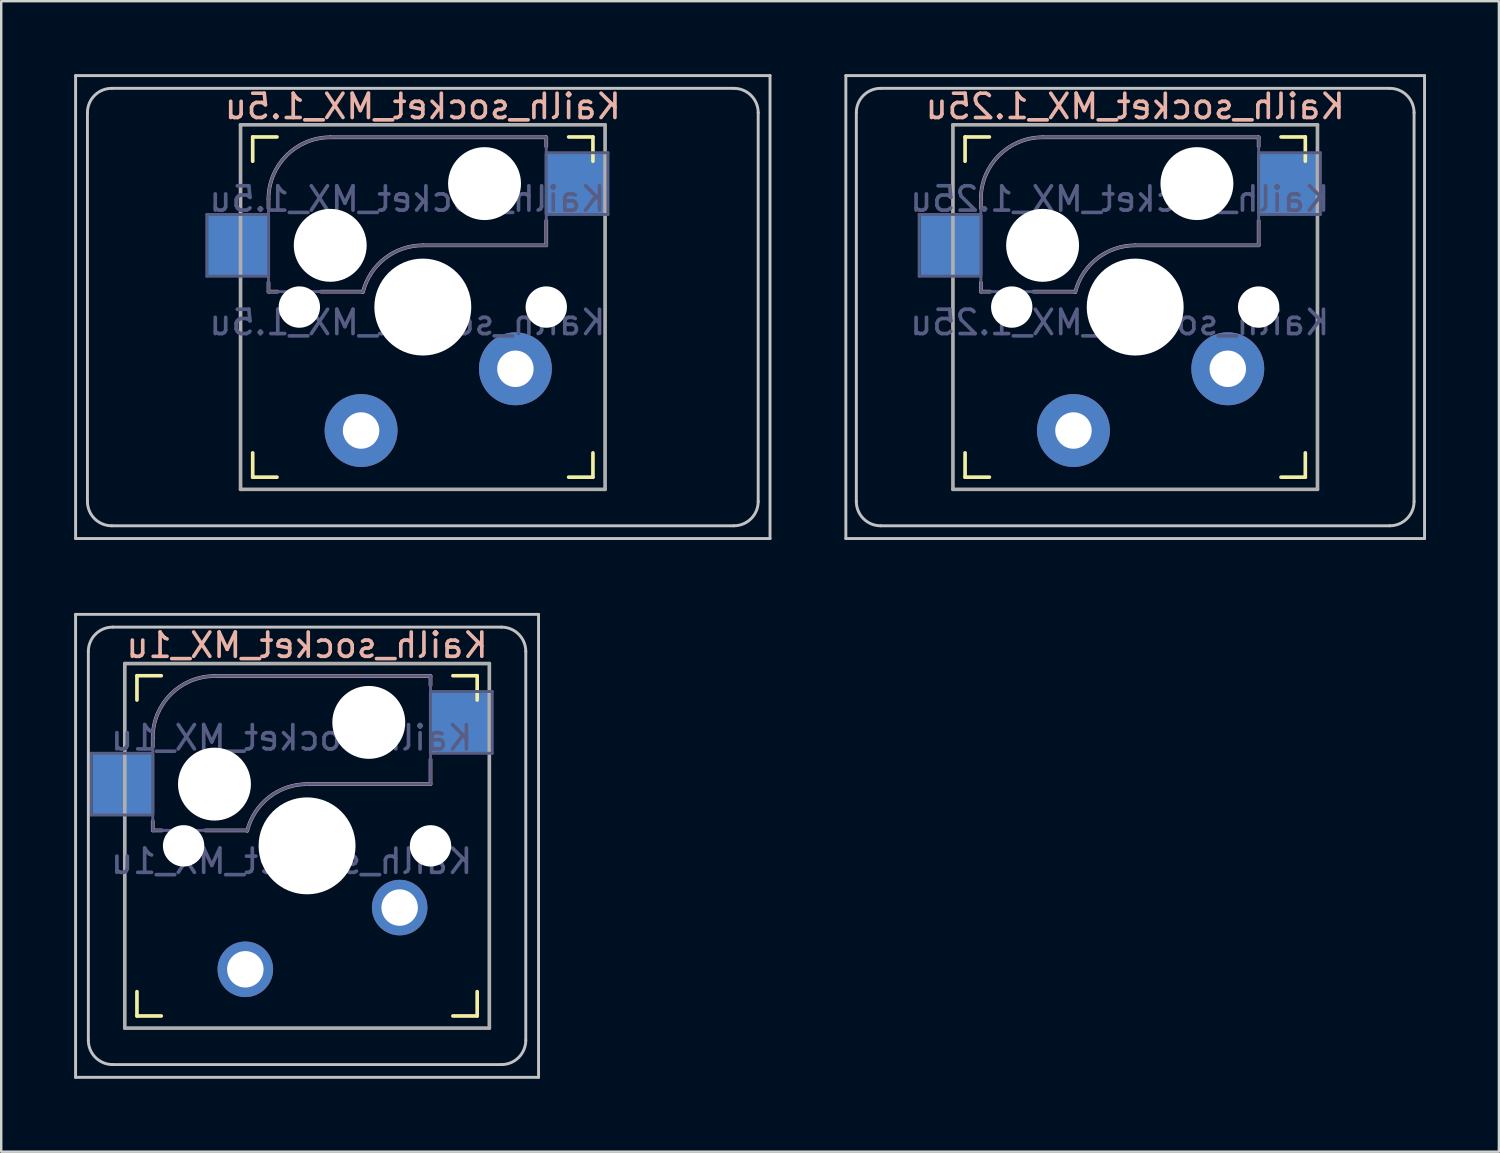
<source format=kicad_pcb>
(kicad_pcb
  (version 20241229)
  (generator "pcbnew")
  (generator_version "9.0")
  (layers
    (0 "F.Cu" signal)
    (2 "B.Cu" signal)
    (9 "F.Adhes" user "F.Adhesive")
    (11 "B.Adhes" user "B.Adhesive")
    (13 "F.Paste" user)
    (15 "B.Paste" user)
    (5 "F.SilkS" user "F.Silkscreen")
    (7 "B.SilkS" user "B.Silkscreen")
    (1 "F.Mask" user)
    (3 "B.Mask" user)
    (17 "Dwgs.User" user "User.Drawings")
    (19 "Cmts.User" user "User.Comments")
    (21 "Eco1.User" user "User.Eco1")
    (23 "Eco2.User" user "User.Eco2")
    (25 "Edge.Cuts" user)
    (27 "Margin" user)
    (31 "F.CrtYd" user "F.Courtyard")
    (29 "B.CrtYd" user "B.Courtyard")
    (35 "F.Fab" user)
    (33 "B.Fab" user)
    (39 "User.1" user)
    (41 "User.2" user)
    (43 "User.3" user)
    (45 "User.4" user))
  (footprint "Kailh_socket_MX_1.25u"
    (layer "F.Cu")
    (at 43.661 9.585)
    (property "Reference" "Kailh_socket_MX_1.25u" (at 0 -8.255 0) (layer "B.SilkS") (effects (font (size 1 1) (thickness 0.15)) (justify mirror)))
    (property "Value" "Kailh_socket_MX_1.25u" (at 0 8.255 0) (layer "F.Fab") (hide yes) (effects (font (size 1 1) (thickness 0.15))))
    (attr smd)
    (fp_line (start -7 -6) (end -7 -7) (stroke (width 0.15) (type solid)) (layer "F.SilkS"))
    (fp_line (start -7 7) (end -7 6) (stroke (width 0.15) (type solid)) (layer "F.SilkS"))
    (fp_line (start -7 7) (end -6 7) (stroke (width 0.15) (type solid)) (layer "F.SilkS"))
    (fp_line (start -6 -7) (end -7 -7) (stroke (width 0.15) (type solid)) (layer "F.SilkS"))
    (fp_line (start 6 7) (end 7 7) (stroke (width 0.15) (type solid)) (layer "F.SilkS"))
    (fp_line (start 7 -7) (end 6 -7) (stroke (width 0.15) (type solid)) (layer "F.SilkS"))
    (fp_line (start 7 -7) (end 7 -6) (stroke (width 0.15) (type solid)) (layer "F.SilkS"))
    (fp_line (start 7 6) (end 7 7) (stroke (width 0.15) (type solid)) (layer "F.SilkS"))
    (fp_line (start -6.35 -4.445) (end -6.35 -4.064) (stroke (width 0.15) (type solid)) (layer "B.SilkS"))
    (fp_line (start -6.35 -1.016) (end -6.35 -0.635) (stroke (width 0.15) (type solid)) (layer "B.SilkS"))
    (fp_line (start -5.969 -0.635) (end -6.35 -0.635) (stroke (width 0.15) (type solid)) (layer "B.SilkS"))
    (fp_line (start -3.81 -6.985) (end 5.08 -6.985) (stroke (width 0.15) (type solid)) (layer "B.SilkS"))
    (fp_line (start -2.464 -0.635) (end -4.191 -0.635) (stroke (width 0.15) (type solid)) (layer "B.SilkS"))
    (fp_line (start 5.08 -6.985) (end 5.08 -6.604) (stroke (width 0.15) (type solid)) (layer "B.SilkS"))
    (fp_line (start 5.08 -3.556) (end 5.08 -2.54) (stroke (width 0.15) (type solid)) (layer "B.SilkS"))
    (fp_line (start 5.08 -2.54) (end 0 -2.54) (stroke (width 0.15) (type solid)) (layer "B.SilkS"))
    (fp_arc (start -6.35 -4.445) (mid -5.606051 -6.241051) (end -3.81 -6.985) (stroke (width 0.15) (type solid)) (layer "B.SilkS"))
    (fp_arc (start -2.464162 -0.61604) (mid -1.563147 -2.002042) (end 0 -2.54) (stroke (width 0.15) (type solid)) (layer "B.SilkS"))
    (fp_line (start -11.906 -9.525) (end 11.906 -9.525) (stroke (width 0.12) (type solid)) (layer "Dwgs.User"))
    (fp_line (start -11.906 9.525) (end -11.906 -9.525) (stroke (width 0.12) (type solid)) (layer "Dwgs.User"))
    (fp_line (start -11.475 8) (end -11.475 -8) (stroke (width 0.12) (type solid)) (layer "Dwgs.User"))
    (fp_line (start -10.475 -9) (end 10.475 -9) (stroke (width 0.12) (type solid)) (layer "Dwgs.User"))
    (fp_line (start -10.475 9) (end 10.475 9) (stroke (width 0.12) (type solid)) (layer "Dwgs.User"))
    (fp_line (start 11.475 8) (end 11.475 -8) (stroke (width 0.12) (type solid)) (layer "Dwgs.User"))
    (fp_line (start 11.906 -9.525) (end 11.906 9.525) (stroke (width 0.12) (type solid)) (layer "Dwgs.User"))
    (fp_line (start 11.906 9.525) (end -11.906 9.525) (stroke (width 0.12) (type solid)) (layer "Dwgs.User"))
    (fp_arc (start -11.475 -8) (mid -11.182107 -8.707107) (end -10.475 -9) (stroke (width 0.12) (type solid)) (layer "Dwgs.User"))
    (fp_arc (start -10.475 9) (mid -11.182107 8.707107) (end -11.475 8) (stroke (width 0.12) (type solid)) (layer "Dwgs.User"))
    (fp_arc (start 10.475 -9) (mid 11.182107 -8.707107) (end 11.475 -8) (stroke (width 0.12) (type solid)) (layer "Dwgs.User"))
    (fp_arc (start 11.475 8) (mid 11.182107 8.707107) (end 10.475 9) (stroke (width 0.12) (type solid)) (layer "Dwgs.User"))
    (fp_line (start -6.9 6.9) (end -6.9 -6.9) (stroke (width 0.15) (type solid)) (layer "Eco2.User"))
    (fp_line (start -6.9 6.9) (end 6.9 6.9) (stroke (width 0.15) (type solid)) (layer "Eco2.User"))
    (fp_line (start 6.9 -6.9) (end -6.9 -6.9) (stroke (width 0.15) (type solid)) (layer "Eco2.User"))
    (fp_line (start 6.9 -6.9) (end 6.9 6.9) (stroke (width 0.15) (type solid)) (layer "Eco2.User"))
    (fp_line (start -8.89 -3.81) (end -6.35 -3.81) (stroke (width 0.12) (type solid)) (layer "B.Fab"))
    (fp_line (start -8.89 -1.27) (end -8.89 -3.81) (stroke (width 0.12) (type solid)) (layer "B.Fab"))
    (fp_line (start -6.35 -1.27) (end -8.89 -1.27) (stroke (width 0.12) (type solid)) (layer "B.Fab"))
    (fp_line (start -6.35 -0.635) (end -6.35 -4.445) (stroke (width 0.12) (type solid)) (layer "B.Fab"))
    (fp_line (start -6.35 -0.635) (end -2.54 -0.635) (stroke (width 0.12) (type solid)) (layer "B.Fab"))
    (fp_line (start -3.81 -6.985) (end 5.08 -6.985) (stroke (width 0.12) (type solid)) (layer "B.Fab"))
    (fp_line (start 5.08 -6.985) (end 5.08 -2.54) (stroke (width 0.12) (type solid)) (layer "B.Fab"))
    (fp_line (start 5.08 -6.35) (end 7.62 -6.35) (stroke (width 0.12) (type solid)) (layer "B.Fab"))
    (fp_line (start 5.08 -2.54) (end 0 -2.54) (stroke (width 0.12) (type solid)) (layer "B.Fab"))
    (fp_line (start 7.62 -6.35) (end 7.62 -3.81) (stroke (width 0.12) (type solid)) (layer "B.Fab"))
    (fp_line (start 7.62 -3.81) (end 5.08 -3.81) (stroke (width 0.12) (type solid)) (layer "B.Fab"))
    (fp_arc (start -6.35 -4.445) (mid -5.606051 -6.241051) (end -3.81 -6.985) (stroke (width 0.12) (type solid)) (layer "B.Fab"))
    (fp_arc (start -2.464162 -0.61604) (mid -1.563147 -2.002042) (end 0 -2.54) (stroke (width 0.12) (type solid)) (layer "B.Fab"))
    (fp_line (start -7.5 -7.5) (end 7.5 -7.5) (stroke (width 0.15) (type solid)) (layer "F.Fab"))
    (fp_line (start -7.5 7.5) (end -7.5 -7.5) (stroke (width 0.15) (type solid)) (layer "F.Fab"))
    (fp_line (start 7.5 -7.5) (end 7.5 7.5) (stroke (width 0.15) (type solid)) (layer "F.Fab"))
    (fp_line (start 7.5 7.5) (end -7.5 7.5) (stroke (width 0.15) (type solid)) (layer "F.Fab"))
    (fp_text user "${VALUE}" (at -0.635 0.635 0) (layer "B.Fab") (effects (font (size 1 1) (thickness 0.15)) (justify mirror)))
    (fp_text user "${REFERENCE}" (at -0.635 -4.445 0) (layer "B.Fab") (effects (font (size 1 1) (thickness 0.15)) (justify mirror)))
    (pad "" np_thru_hole circle (at -5.08 0) (size 1.702 1.702) (drill 1.702) (layers "*.Cu" "*.Mask"))
    (pad "" np_thru_hole circle (at -3.81 -2.54) (size 3 3) (drill 3) (layers "*.Cu" "*.Mask"))
    (pad "" np_thru_hole circle (at 0 0) (size 3.988 3.988) (drill 3.988) (layers "*.Cu" "*.Mask"))
    (pad "" np_thru_hole circle (at 2.54 -5.08) (size 3 3) (drill 3) (layers "*.Cu" "*.Mask"))
    (pad "" np_thru_hole circle (at 5.08 0) (size 1.702 1.702) (drill 1.702) (layers "*.Cu" "*.Mask"))
    (pad "1" thru_hole circle (at 3.81 2.54) (size 3 3) (drill 1.499) (layers "*.Cu" "*.Mask"))
    (pad "1" smd rect (at 6.29 -5.08) (size 2.55 2.5) (layers "B.Cu" "B.Mask" "B.Paste"))
    (pad "2" smd rect (at -7.56 -2.54) (size 2.55 2.5) (layers "B.Cu" "B.Mask" "B.Paste"))
    (pad "2" thru_hole circle (at -2.54 5.08) (size 3 3) (drill 1.499) (layers "*.Cu" "*.Mask")))
  (footprint "Kailh_socket_MX_1.5u"
    (layer "F.Cu")
    (at 14.348 9.585)
    (property "Reference" "Kailh_socket_MX_1.5u" (at 0 -8.255 0) (layer "B.SilkS") (effects (font (size 1 1) (thickness 0.15)) (justify mirror)))
    (property "Value" "Kailh_socket_MX_1.5u" (at 0 8.255 0) (layer "F.Fab") (hide yes) (effects (font (size 1 1) (thickness 0.15))))
    (attr smd)
    (fp_line (start -7 -6) (end -7 -7) (stroke (width 0.15) (type solid)) (layer "F.SilkS"))
    (fp_line (start -7 7) (end -7 6) (stroke (width 0.15) (type solid)) (layer "F.SilkS"))
    (fp_line (start -7 7) (end -6 7) (stroke (width 0.15) (type solid)) (layer "F.SilkS"))
    (fp_line (start -6 -7) (end -7 -7) (stroke (width 0.15) (type solid)) (layer "F.SilkS"))
    (fp_line (start 6 7) (end 7 7) (stroke (width 0.15) (type solid)) (layer "F.SilkS"))
    (fp_line (start 7 -7) (end 6 -7) (stroke (width 0.15) (type solid)) (layer "F.SilkS"))
    (fp_line (start 7 -7) (end 7 -6) (stroke (width 0.15) (type solid)) (layer "F.SilkS"))
    (fp_line (start 7 6) (end 7 7) (stroke (width 0.15) (type solid)) (layer "F.SilkS"))
    (fp_line (start -6.35 -4.445) (end -6.35 -4.064) (stroke (width 0.15) (type solid)) (layer "B.SilkS"))
    (fp_line (start -6.35 -1.016) (end -6.35 -0.635) (stroke (width 0.15) (type solid)) (layer "B.SilkS"))
    (fp_line (start -5.969 -0.635) (end -6.35 -0.635) (stroke (width 0.15) (type solid)) (layer "B.SilkS"))
    (fp_line (start -3.81 -6.985) (end 5.08 -6.985) (stroke (width 0.15) (type solid)) (layer "B.SilkS"))
    (fp_line (start -2.464 -0.635) (end -4.191 -0.635) (stroke (width 0.15) (type solid)) (layer "B.SilkS"))
    (fp_line (start 5.08 -6.985) (end 5.08 -6.604) (stroke (width 0.15) (type solid)) (layer "B.SilkS"))
    (fp_line (start 5.08 -3.556) (end 5.08 -2.54) (stroke (width 0.15) (type solid)) (layer "B.SilkS"))
    (fp_line (start 5.08 -2.54) (end 0 -2.54) (stroke (width 0.15) (type solid)) (layer "B.SilkS"))
    (fp_arc (start -6.35 -4.445) (mid -5.606051 -6.241051) (end -3.81 -6.985) (stroke (width 0.15) (type solid)) (layer "B.SilkS"))
    (fp_arc (start -2.464162 -0.61604) (mid -1.563147 -2.002042) (end 0 -2.54) (stroke (width 0.15) (type solid)) (layer "B.SilkS"))
    (fp_line (start -14.287 -9.525) (end 14.287 -9.525) (stroke (width 0.12) (type solid)) (layer "Dwgs.User"))
    (fp_line (start -14.287 9.525) (end -14.287 -9.525) (stroke (width 0.12) (type solid)) (layer "Dwgs.User"))
    (fp_line (start -13.8 8) (end -13.8 -8) (stroke (width 0.12) (type solid)) (layer "Dwgs.User"))
    (fp_line (start -12.8 -9) (end 12.8 -9) (stroke (width 0.12) (type solid)) (layer "Dwgs.User"))
    (fp_line (start -12.8 9) (end 12.8 9) (stroke (width 0.12) (type solid)) (layer "Dwgs.User"))
    (fp_line (start 13.8 8) (end 13.8 -8) (stroke (width 0.12) (type solid)) (layer "Dwgs.User"))
    (fp_line (start 14.287 -9.525) (end 14.287 9.525) (stroke (width 0.12) (type solid)) (layer "Dwgs.User"))
    (fp_line (start 14.287 9.525) (end -14.287 9.525) (stroke (width 0.12) (type solid)) (layer "Dwgs.User"))
    (fp_arc (start -13.8 -8) (mid -13.507107 -8.707107) (end -12.8 -9) (stroke (width 0.12) (type solid)) (layer "Dwgs.User"))
    (fp_arc (start -12.8 9) (mid -13.507107 8.707107) (end -13.8 8) (stroke (width 0.12) (type solid)) (layer "Dwgs.User"))
    (fp_arc (start 12.8 -9) (mid 13.507107 -8.707107) (end 13.8 -8) (stroke (width 0.12) (type solid)) (layer "Dwgs.User"))
    (fp_arc (start 13.8 8) (mid 13.507107 8.707107) (end 12.8 9) (stroke (width 0.12) (type solid)) (layer "Dwgs.User"))
    (fp_line (start -6.9 6.9) (end -6.9 -6.9) (stroke (width 0.15) (type solid)) (layer "Eco2.User"))
    (fp_line (start -6.9 6.9) (end 6.9 6.9) (stroke (width 0.15) (type solid)) (layer "Eco2.User"))
    (fp_line (start 6.9 -6.9) (end -6.9 -6.9) (stroke (width 0.15) (type solid)) (layer "Eco2.User"))
    (fp_line (start 6.9 -6.9) (end 6.9 6.9) (stroke (width 0.15) (type solid)) (layer "Eco2.User"))
    (fp_line (start -8.89 -3.81) (end -6.35 -3.81) (stroke (width 0.12) (type solid)) (layer "B.Fab"))
    (fp_line (start -8.89 -1.27) (end -8.89 -3.81) (stroke (width 0.12) (type solid)) (layer "B.Fab"))
    (fp_line (start -6.35 -1.27) (end -8.89 -1.27) (stroke (width 0.12) (type solid)) (layer "B.Fab"))
    (fp_line (start -6.35 -0.635) (end -6.35 -4.445) (stroke (width 0.12) (type solid)) (layer "B.Fab"))
    (fp_line (start -6.35 -0.635) (end -2.54 -0.635) (stroke (width 0.12) (type solid)) (layer "B.Fab"))
    (fp_line (start -3.81 -6.985) (end 5.08 -6.985) (stroke (width 0.12) (type solid)) (layer "B.Fab"))
    (fp_line (start 5.08 -6.985) (end 5.08 -2.54) (stroke (width 0.12) (type solid)) (layer "B.Fab"))
    (fp_line (start 5.08 -6.35) (end 7.62 -6.35) (stroke (width 0.12) (type solid)) (layer "B.Fab"))
    (fp_line (start 5.08 -2.54) (end 0 -2.54) (stroke (width 0.12) (type solid)) (layer "B.Fab"))
    (fp_line (start 7.62 -6.35) (end 7.62 -3.81) (stroke (width 0.12) (type solid)) (layer "B.Fab"))
    (fp_line (start 7.62 -3.81) (end 5.08 -3.81) (stroke (width 0.12) (type solid)) (layer "B.Fab"))
    (fp_arc (start -6.35 -4.445) (mid -5.606051 -6.241051) (end -3.81 -6.985) (stroke (width 0.12) (type solid)) (layer "B.Fab"))
    (fp_arc (start -2.464162 -0.61604) (mid -1.563147 -2.002042) (end 0 -2.54) (stroke (width 0.12) (type solid)) (layer "B.Fab"))
    (fp_line (start -7.5 -7.5) (end 7.5 -7.5) (stroke (width 0.15) (type solid)) (layer "F.Fab"))
    (fp_line (start -7.5 7.5) (end -7.5 -7.5) (stroke (width 0.15) (type solid)) (layer "F.Fab"))
    (fp_line (start 7.5 -7.5) (end 7.5 7.5) (stroke (width 0.15) (type solid)) (layer "F.Fab"))
    (fp_line (start 7.5 7.5) (end -7.5 7.5) (stroke (width 0.15) (type solid)) (layer "F.Fab"))
    (fp_text user "${REFERENCE}" (at -0.635 -4.445 0) (layer "B.Fab") (effects (font (size 1 1) (thickness 0.15)) (justify mirror)))
    (fp_text user "${VALUE}" (at -0.635 0.635 0) (layer "B.Fab") (effects (font (size 1 1) (thickness 0.15)) (justify mirror)))
    (pad "" np_thru_hole circle (at -5.08 0) (size 1.702 1.702) (drill 1.702) (layers "*.Cu" "*.Mask"))
    (pad "" np_thru_hole circle (at -3.81 -2.54) (size 3 3) (drill 3) (layers "*.Cu" "*.Mask"))
    (pad "" np_thru_hole circle (at 0 0) (size 3.988 3.988) (drill 3.988) (layers "*.Cu" "*.Mask"))
    (pad "" np_thru_hole circle (at 2.54 -5.08) (size 3 3) (drill 3) (layers "*.Cu" "*.Mask"))
    (pad "" np_thru_hole circle (at 5.08 0) (size 1.702 1.702) (drill 1.702) (layers "*.Cu" "*.Mask"))
    (pad "1" thru_hole circle (at 3.81 2.54) (size 3 3) (drill 1.499) (layers "*.Cu" "*.Mask"))
    (pad "1" smd rect (at 6.29 -5.08) (size 2.55 2.5) (layers "B.Cu" "B.Mask" "B.Paste"))
    (pad "2" smd rect (at -7.56 -2.54) (size 2.55 2.5) (layers "B.Cu" "B.Mask" "B.Paste"))
    (pad "2" thru_hole circle (at -2.54 5.08) (size 3 3) (drill 1.499) (layers "*.Cu" "*.Mask")))
  (footprint "Kailh_socket_MX_1u"
    (layer "F.Cu")
    (at 9.585 31.755)
    (property "Reference" "Kailh_socket_MX_1u" (at 0 -8.255 0) (layer "B.SilkS") (effects (font (size 1 1) (thickness 0.15)) (justify mirror)))
    (property "Value" "Kailh_socket_MX_1u" (at 0 8.255 0) (layer "F.Fab") (hide yes) (effects (font (size 1 1) (thickness 0.15))))
    (attr smd)
    (fp_line (start -7 -6) (end -7 -7) (stroke (width 0.15) (type solid)) (layer "F.SilkS"))
    (fp_line (start -7 7) (end -7 6) (stroke (width 0.15) (type solid)) (layer "F.SilkS"))
    (fp_line (start -7 7) (end -6 7) (stroke (width 0.15) (type solid)) (layer "F.SilkS"))
    (fp_line (start -6 -7) (end -7 -7) (stroke (width 0.15) (type solid)) (layer "F.SilkS"))
    (fp_line (start 6 7) (end 7 7) (stroke (width 0.15) (type solid)) (layer "F.SilkS"))
    (fp_line (start 7 -7) (end 6 -7) (stroke (width 0.15) (type solid)) (layer "F.SilkS"))
    (fp_line (start 7 -7) (end 7 -6) (stroke (width 0.15) (type solid)) (layer "F.SilkS"))
    (fp_line (start 7 6) (end 7 7) (stroke (width 0.15) (type solid)) (layer "F.SilkS"))
    (fp_line (start -6.35 -4.445) (end -6.35 -4.064) (stroke (width 0.15) (type solid)) (layer "B.SilkS"))
    (fp_line (start -6.35 -1.016) (end -6.35 -0.635) (stroke (width 0.15) (type solid)) (layer "B.SilkS"))
    (fp_line (start -5.969 -0.635) (end -6.35 -0.635) (stroke (width 0.15) (type solid)) (layer "B.SilkS"))
    (fp_line (start -3.81 -6.985) (end 5.08 -6.985) (stroke (width 0.15) (type solid)) (layer "B.SilkS"))
    (fp_line (start -2.464 -0.635) (end -4.191 -0.635) (stroke (width 0.15) (type solid)) (layer "B.SilkS"))
    (fp_line (start 5.08 -6.985) (end 5.08 -6.604) (stroke (width 0.15) (type solid)) (layer "B.SilkS"))
    (fp_line (start 5.08 -3.556) (end 5.08 -2.54) (stroke (width 0.15) (type solid)) (layer "B.SilkS"))
    (fp_line (start 5.08 -2.54) (end 0 -2.54) (stroke (width 0.15) (type solid)) (layer "B.SilkS"))
    (fp_arc (start -6.35 -4.445) (mid -5.606051 -6.241051) (end -3.81 -6.985) (stroke (width 0.15) (type solid)) (layer "B.SilkS"))
    (fp_arc (start -2.464162 -0.61604) (mid -1.563147 -2.002042) (end 0 -2.54) (stroke (width 0.15) (type solid)) (layer "B.SilkS"))
    (fp_line (start -9.525 -9.525) (end 9.525 -9.525) (stroke (width 0.12) (type solid)) (layer "Dwgs.User"))
    (fp_line (start -9.525 9.525) (end -9.525 -9.525) (stroke (width 0.12) (type solid)) (layer "Dwgs.User"))
    (fp_line (start -9 8) (end -9 -8) (stroke (width 0.12) (type solid)) (layer "Dwgs.User"))
    (fp_line (start -8 -9) (end 8 -9) (stroke (width 0.12) (type solid)) (layer "Dwgs.User"))
    (fp_line (start -8 9) (end 8 9) (stroke (width 0.12) (type solid)) (layer "Dwgs.User"))
    (fp_line (start 9 8) (end 9 -8) (stroke (width 0.12) (type solid)) (layer "Dwgs.User"))
    (fp_line (start 9.525 -9.525) (end 9.525 9.525) (stroke (width 0.12) (type solid)) (layer "Dwgs.User"))
    (fp_line (start 9.525 9.525) (end -9.525 9.525) (stroke (width 0.12) (type solid)) (layer "Dwgs.User"))
    (fp_arc (start -9 -8) (mid -8.707107 -8.707107) (end -8 -9) (stroke (width 0.12) (type solid)) (layer "Dwgs.User"))
    (fp_arc (start -8 9) (mid -8.707107 8.707107) (end -9 8) (stroke (width 0.12) (type solid)) (layer "Dwgs.User"))
    (fp_arc (start 8 -9) (mid 8.707107 -8.707107) (end 9 -8) (stroke (width 0.12) (type solid)) (layer "Dwgs.User"))
    (fp_arc (start 9 8) (mid 8.707107 8.707107) (end 8 9) (stroke (width 0.12) (type solid)) (layer "Dwgs.User"))
    (fp_line (start -6.9 6.9) (end -6.9 -6.9) (stroke (width 0.15) (type solid)) (layer "Eco2.User"))
    (fp_line (start -6.9 6.9) (end 6.9 6.9) (stroke (width 0.15) (type solid)) (layer "Eco2.User"))
    (fp_line (start 6.9 -6.9) (end -6.9 -6.9) (stroke (width 0.15) (type solid)) (layer "Eco2.User"))
    (fp_line (start 6.9 -6.9) (end 6.9 6.9) (stroke (width 0.15) (type solid)) (layer "Eco2.User"))
    (fp_line (start -8.89 -3.81) (end -6.35 -3.81) (stroke (width 0.12) (type solid)) (layer "B.Fab"))
    (fp_line (start -8.89 -1.27) (end -8.89 -3.81) (stroke (width 0.12) (type solid)) (layer "B.Fab"))
    (fp_line (start -6.35 -1.27) (end -8.89 -1.27) (stroke (width 0.12) (type solid)) (layer "B.Fab"))
    (fp_line (start -6.35 -0.635) (end -6.35 -4.445) (stroke (width 0.12) (type solid)) (layer "B.Fab"))
    (fp_line (start -6.35 -0.635) (end -2.54 -0.635) (stroke (width 0.12) (type solid)) (layer "B.Fab"))
    (fp_line (start -3.81 -6.985) (end 5.08 -6.985) (stroke (width 0.12) (type solid)) (layer "B.Fab"))
    (fp_line (start 5.08 -6.985) (end 5.08 -2.54) (stroke (width 0.12) (type solid)) (layer "B.Fab"))
    (fp_line (start 5.08 -6.35) (end 7.62 -6.35) (stroke (width 0.12) (type solid)) (layer "B.Fab"))
    (fp_line (start 5.08 -2.54) (end 0 -2.54) (stroke (width 0.12) (type solid)) (layer "B.Fab"))
    (fp_line (start 7.62 -6.35) (end 7.62 -3.81) (stroke (width 0.12) (type solid)) (layer "B.Fab"))
    (fp_line (start 7.62 -3.81) (end 5.08 -3.81) (stroke (width 0.12) (type solid)) (layer "B.Fab"))
    (fp_arc (start -6.35 -4.445) (mid -5.606051 -6.241051) (end -3.81 -6.985) (stroke (width 0.12) (type solid)) (layer "B.Fab"))
    (fp_arc (start -2.464162 -0.61604) (mid -1.563147 -2.002042) (end 0 -2.54) (stroke (width 0.12) (type solid)) (layer "B.Fab"))
    (fp_line (start -7.5 -7.5) (end 7.5 -7.5) (stroke (width 0.15) (type solid)) (layer "F.Fab"))
    (fp_line (start -7.5 7.5) (end -7.5 -7.5) (stroke (width 0.15) (type solid)) (layer "F.Fab"))
    (fp_line (start 7.5 -7.5) (end 7.5 7.5) (stroke (width 0.15) (type solid)) (layer "F.Fab"))
    (fp_line (start 7.5 7.5) (end -7.5 7.5) (stroke (width 0.15) (type solid)) (layer "F.Fab"))
    (fp_text user "${VALUE}" (at -0.635 0.635 0) (layer "B.Fab") (effects (font (size 1 1) (thickness 0.15)) (justify mirror)))
    (fp_text user "${REFERENCE}" (at -0.635 -4.445 0) (layer "B.Fab") (effects (font (size 1 1) (thickness 0.15)) (justify mirror)))
    (pad "" np_thru_hole circle (at -5.08 0) (size 1.702 1.702) (drill 1.702) (layers "*.Cu" "*.Mask"))
    (pad "" np_thru_hole circle (at -3.81 -2.54) (size 3 3) (drill 3) (layers "*.Cu" "*.Mask"))
    (pad "" np_thru_hole circle (at 0 0) (size 3.988 3.988) (drill 3.988) (layers "*.Cu" "*.Mask"))
    (pad "" np_thru_hole circle (at 2.54 -5.08) (size 3 3) (drill 3) (layers "*.Cu" "*.Mask"))
    (pad "" np_thru_hole circle (at 5.08 0) (size 1.702 1.702) (drill 1.702) (layers "*.Cu" "*.Mask"))
    (pad "1" thru_hole circle (at 3.81 2.54) (size 2.286 2.286) (drill 1.499) (layers "*.Cu" "*.Mask"))
    (pad "1" smd rect (at 6.29 -5.08) (size 2.55 2.5) (layers "B.Cu" "B.Mask" "B.Paste"))
    (pad "2" smd rect (at -7.56 -2.54) (size 2.55 2.5) (layers "B.Cu" "B.Mask" "B.Paste"))
    (pad "2" thru_hole circle (at -2.54 5.08) (size 2.286 2.286) (drill 1.499) (layers "*.Cu" "*.Mask")))
  (gr_rect
    (start -3 -3)
    (end 58.627 44.34)
    (stroke (width 0.1) (type default))
    (fill no)
    (layer "Edge.Cuts")))
</source>
